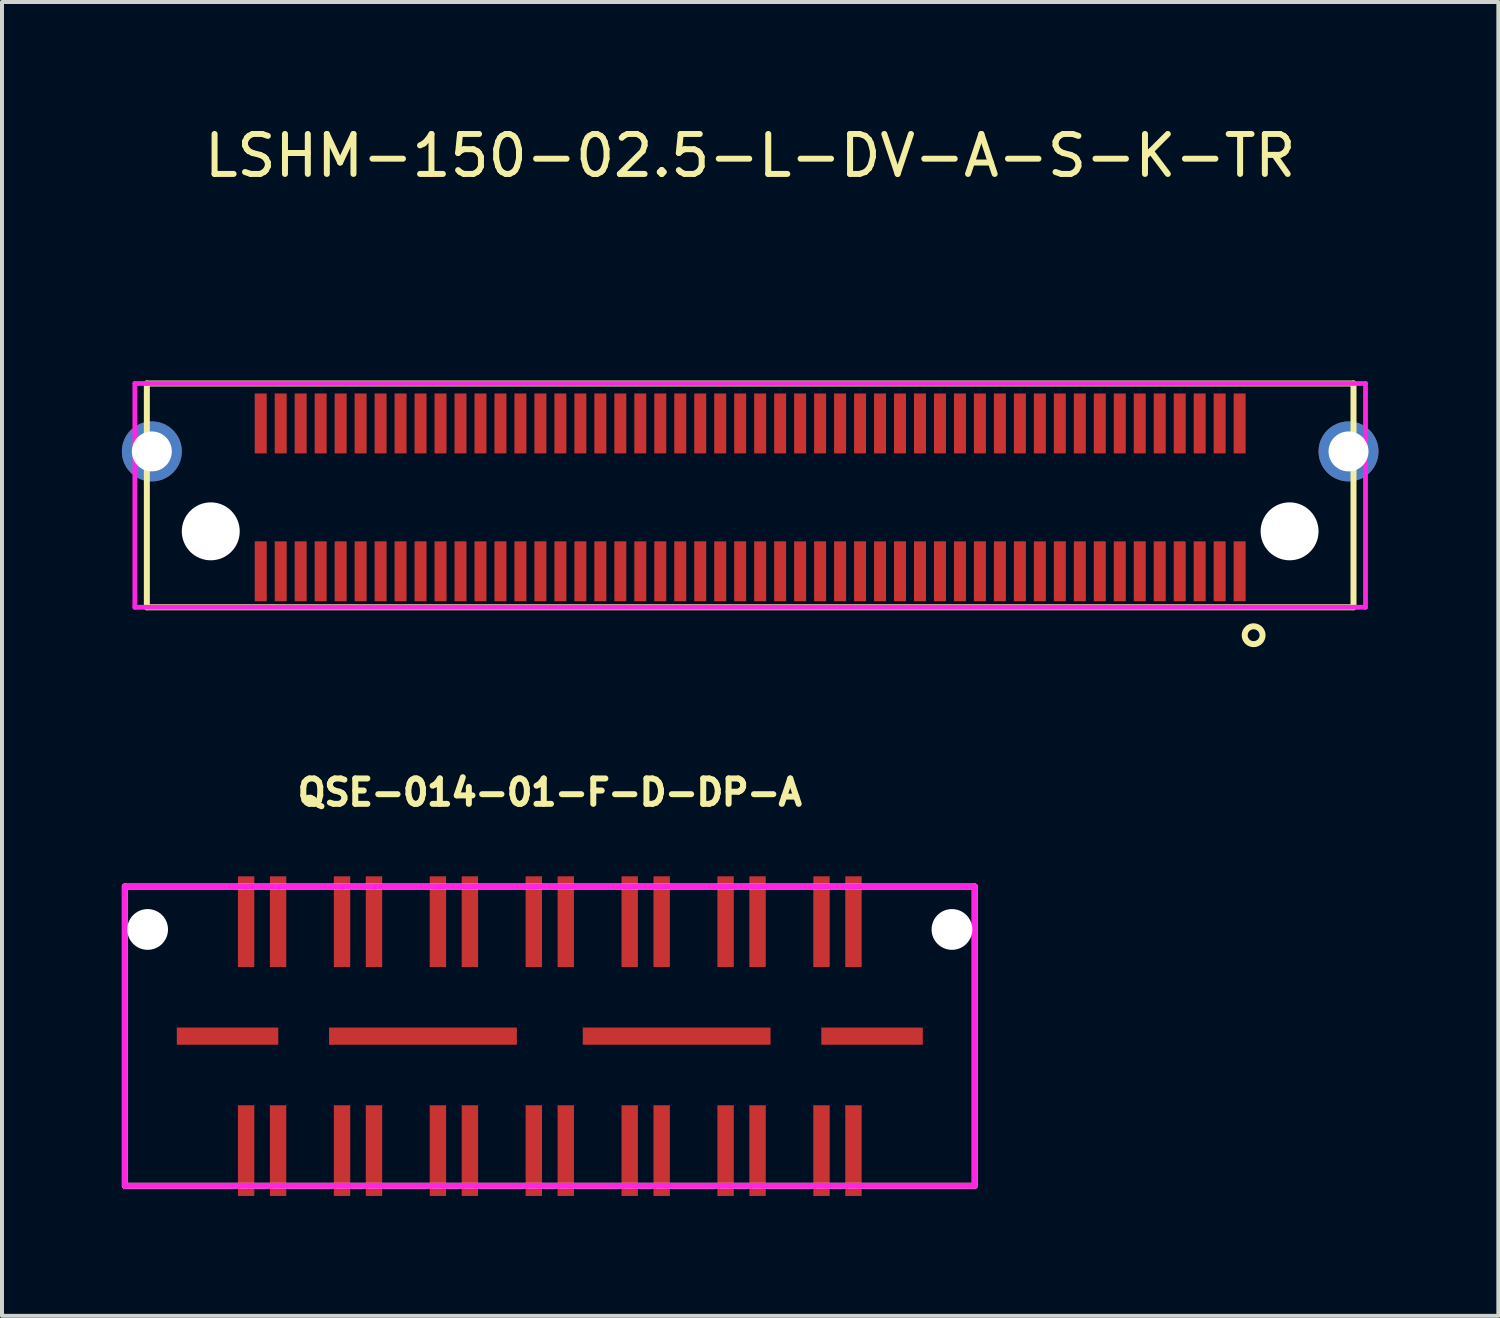
<source format=kicad_pcb>
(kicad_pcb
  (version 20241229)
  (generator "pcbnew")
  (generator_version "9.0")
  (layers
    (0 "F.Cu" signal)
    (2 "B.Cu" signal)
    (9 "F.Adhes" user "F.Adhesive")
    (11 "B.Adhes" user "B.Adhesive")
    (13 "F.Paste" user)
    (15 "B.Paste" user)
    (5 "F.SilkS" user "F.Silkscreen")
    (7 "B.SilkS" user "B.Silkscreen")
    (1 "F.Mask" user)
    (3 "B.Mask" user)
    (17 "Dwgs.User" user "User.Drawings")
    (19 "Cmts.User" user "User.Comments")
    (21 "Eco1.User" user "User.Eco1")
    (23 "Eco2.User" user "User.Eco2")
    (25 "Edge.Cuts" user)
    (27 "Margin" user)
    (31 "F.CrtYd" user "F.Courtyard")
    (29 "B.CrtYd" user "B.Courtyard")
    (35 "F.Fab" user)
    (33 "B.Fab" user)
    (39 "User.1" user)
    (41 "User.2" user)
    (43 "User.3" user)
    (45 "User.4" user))
  (footprint "LSHM-150-02.5-L-DV-A-S-K-TR"
    (layer "F.Cu")
    (at 15.725 10.248)
    (property "Reference" "LSHM-150-02.5-L-DV-A-S-K-TR" (at 0 -9.4 0) (layer "F.SilkS") (effects (font (size 1 1) (thickness 0.15))))
    (attr smd)
    (fp_line (start -15.1 -3.7) (end 15.1 -3.7) (stroke (width 0.15) (type solid)) (layer "F.SilkS"))
    (fp_line (start -15.1 1.9) (end -15.1 -3.7) (stroke (width 0.15) (type solid)) (layer "F.SilkS"))
    (fp_line (start 15.1 -3.7) (end 15.1 1.9) (stroke (width 0.15) (type solid)) (layer "F.SilkS"))
    (fp_line (start 15.1 1.9) (end -15.1 1.9) (stroke (width 0.15) (type solid)) (layer "F.SilkS"))
    (fp_circle (center 12.6 2.6) (end 12.8 2.7) (stroke (width 0.15) (type solid)) (fill no) (layer "F.SilkS"))
    (fp_line (start -15.4 -3.7) (end -15.1 -3.7) (stroke (width 0.12) (type solid)) (layer "F.CrtYd"))
    (fp_line (start -15.4 1.9) (end -15.4 -3.7) (stroke (width 0.12) (type solid)) (layer "F.CrtYd"))
    (fp_line (start -15.1 -3.7) (end 15.4 -3.7) (stroke (width 0.12) (type solid)) (layer "F.CrtYd"))
    (fp_line (start 15.4 -3.7) (end 15.4 1.9) (stroke (width 0.12) (type solid)) (layer "F.CrtYd"))
    (fp_line (start 15.4 1.9) (end -15.4 1.9) (stroke (width 0.12) (type solid)) (layer "F.CrtYd"))
    (pad "" np_thru_hole circle (at -13.5 0) (size 1.45 1.45) (drill 1.45) (layers "*.Cu" "*.Mask"))
    (pad "" np_thru_hole circle (at 13.5 0) (size 1.45 1.45) (drill 1.45) (layers "*.Cu" "*.Mask"))
    (pad "1" smd rect (at 12.25 1) (size 0.3 1.5) (layers "F.Cu" "F.Mask" "F.Paste"))
    (pad "2" smd rect (at 12.25 -2.7) (size 0.3 1.5) (layers "F.Cu" "F.Mask" "F.Paste"))
    (pad "3" smd rect (at 11.75 1) (size 0.3 1.5) (layers "F.Cu" "F.Mask" "F.Paste"))
    (pad "4" smd rect (at 11.75 -2.7) (size 0.3 1.5) (layers "F.Cu" "F.Mask" "F.Paste"))
    (pad "5" smd rect (at 11.25 1) (size 0.3 1.5) (layers "F.Cu" "F.Mask" "F.Paste"))
    (pad "6" smd rect (at 11.25 -2.7) (size 0.3 1.5) (layers "F.Cu" "F.Mask" "F.Paste"))
    (pad "7" smd rect (at 10.75 1) (size 0.3 1.5) (layers "F.Cu" "F.Mask" "F.Paste"))
    (pad "8" smd rect (at 10.75 -2.7) (size 0.3 1.5) (layers "F.Cu" "F.Mask" "F.Paste"))
    (pad "9" smd rect (at 10.25 1) (size 0.3 1.5) (layers "F.Cu" "F.Mask" "F.Paste"))
    (pad "10" smd rect (at 10.25 -2.7) (size 0.3 1.5) (layers "F.Cu" "F.Mask" "F.Paste"))
    (pad "11" smd rect (at 9.75 1) (size 0.3 1.5) (layers "F.Cu" "F.Mask" "F.Paste"))
    (pad "12" smd rect (at 9.75 -2.7) (size 0.3 1.5) (layers "F.Cu" "F.Mask" "F.Paste"))
    (pad "13" smd rect (at 9.25 1) (size 0.3 1.5) (layers "F.Cu" "F.Mask" "F.Paste"))
    (pad "14" smd rect (at 9.25 -2.7) (size 0.3 1.5) (layers "F.Cu" "F.Mask" "F.Paste"))
    (pad "15" smd rect (at 8.75 1) (size 0.3 1.5) (layers "F.Cu" "F.Mask" "F.Paste"))
    (pad "16" smd rect (at 8.75 -2.7) (size 0.3 1.5) (layers "F.Cu" "F.Mask" "F.Paste"))
    (pad "17" smd rect (at 8.25 1) (size 0.3 1.5) (layers "F.Cu" "F.Mask" "F.Paste"))
    (pad "18" smd rect (at 8.25 -2.7) (size 0.3 1.5) (layers "F.Cu" "F.Mask" "F.Paste"))
    (pad "19" smd rect (at 7.75 1) (size 0.3 1.5) (layers "F.Cu" "F.Mask" "F.Paste"))
    (pad "20" smd rect (at 7.75 -2.7) (size 0.3 1.5) (layers "F.Cu" "F.Mask" "F.Paste"))
    (pad "21" smd rect (at 7.25 1) (size 0.3 1.5) (layers "F.Cu" "F.Mask" "F.Paste"))
    (pad "22" smd rect (at 7.25 -2.7) (size 0.3 1.5) (layers "F.Cu" "F.Mask" "F.Paste"))
    (pad "23" smd rect (at 6.75 1) (size 0.3 1.5) (layers "F.Cu" "F.Mask" "F.Paste"))
    (pad "24" smd rect (at 6.75 -2.7) (size 0.3 1.5) (layers "F.Cu" "F.Mask" "F.Paste"))
    (pad "25" smd rect (at 6.25 1) (size 0.3 1.5) (layers "F.Cu" "F.Mask" "F.Paste"))
    (pad "26" smd rect (at 6.25 -2.7) (size 0.3 1.5) (layers "F.Cu" "F.Mask" "F.Paste"))
    (pad "27" smd rect (at 5.75 1) (size 0.3 1.5) (layers "F.Cu" "F.Mask" "F.Paste"))
    (pad "28" smd rect (at 5.75 -2.7) (size 0.3 1.5) (layers "F.Cu" "F.Mask" "F.Paste"))
    (pad "29" smd rect (at 5.25 1) (size 0.3 1.5) (layers "F.Cu" "F.Mask" "F.Paste"))
    (pad "30" smd rect (at 5.25 -2.7) (size 0.3 1.5) (layers "F.Cu" "F.Mask" "F.Paste"))
    (pad "31" smd rect (at 4.75 1) (size 0.3 1.5) (layers "F.Cu" "F.Mask" "F.Paste"))
    (pad "32" smd rect (at 4.75 -2.7) (size 0.3 1.5) (layers "F.Cu" "F.Mask" "F.Paste"))
    (pad "33" smd rect (at 4.25 1) (size 0.3 1.5) (layers "F.Cu" "F.Mask" "F.Paste"))
    (pad "34" smd rect (at 4.25 -2.7) (size 0.3 1.5) (layers "F.Cu" "F.Mask" "F.Paste"))
    (pad "35" smd rect (at 3.75 1) (size 0.3 1.5) (layers "F.Cu" "F.Mask" "F.Paste"))
    (pad "36" smd rect (at 3.75 -2.7) (size 0.3 1.5) (layers "F.Cu" "F.Mask" "F.Paste"))
    (pad "37" smd rect (at 3.25 1) (size 0.3 1.5) (layers "F.Cu" "F.Mask" "F.Paste"))
    (pad "38" smd rect (at 3.25 -2.7) (size 0.3 1.5) (layers "F.Cu" "F.Mask" "F.Paste"))
    (pad "39" smd rect (at 2.75 1) (size 0.3 1.5) (layers "F.Cu" "F.Mask" "F.Paste"))
    (pad "40" smd rect (at 2.75 -2.7) (size 0.3 1.5) (layers "F.Cu" "F.Mask" "F.Paste"))
    (pad "41" smd rect (at 2.25 1) (size 0.3 1.5) (layers "F.Cu" "F.Mask" "F.Paste"))
    (pad "42" smd rect (at 2.25 -2.7) (size 0.3 1.5) (layers "F.Cu" "F.Mask" "F.Paste"))
    (pad "43" smd rect (at 1.75 1) (size 0.3 1.5) (layers "F.Cu" "F.Mask" "F.Paste"))
    (pad "44" smd rect (at 1.75 -2.7) (size 0.3 1.5) (layers "F.Cu" "F.Mask" "F.Paste"))
    (pad "45" smd rect (at 1.25 1) (size 0.3 1.5) (layers "F.Cu" "F.Mask" "F.Paste"))
    (pad "46" smd rect (at 1.25 -2.7) (size 0.3 1.5) (layers "F.Cu" "F.Mask" "F.Paste"))
    (pad "47" smd rect (at 0.75 1) (size 0.3 1.5) (layers "F.Cu" "F.Mask" "F.Paste"))
    (pad "48" smd rect (at 0.75 -2.7) (size 0.3 1.5) (layers "F.Cu" "F.Mask" "F.Paste"))
    (pad "49" smd rect (at 0.25 1) (size 0.3 1.5) (layers "F.Cu" "F.Mask" "F.Paste"))
    (pad "50" smd rect (at 0.25 -2.7) (size 0.3 1.5) (layers "F.Cu" "F.Mask" "F.Paste"))
    (pad "51" smd rect (at -0.25 1) (size 0.3 1.5) (layers "F.Cu" "F.Mask" "F.Paste"))
    (pad "52" smd rect (at -0.25 -2.7) (size 0.3 1.5) (layers "F.Cu" "F.Mask" "F.Paste"))
    (pad "53" smd rect (at -0.75 1) (size 0.3 1.5) (layers "F.Cu" "F.Mask" "F.Paste"))
    (pad "54" smd rect (at -0.75 -2.7) (size 0.3 1.5) (layers "F.Cu" "F.Mask" "F.Paste"))
    (pad "55" smd rect (at -1.25 1) (size 0.3 1.5) (layers "F.Cu" "F.Mask" "F.Paste"))
    (pad "56" smd rect (at -1.25 -2.7) (size 0.3 1.5) (layers "F.Cu" "F.Mask" "F.Paste"))
    (pad "57" smd rect (at -1.75 1) (size 0.3 1.5) (layers "F.Cu" "F.Mask" "F.Paste"))
    (pad "58" smd rect (at -1.75 -2.7) (size 0.3 1.5) (layers "F.Cu" "F.Mask" "F.Paste"))
    (pad "59" smd rect (at -2.25 1) (size 0.3 1.5) (layers "F.Cu" "F.Mask" "F.Paste"))
    (pad "60" smd rect (at -2.25 -2.7) (size 0.3 1.5) (layers "F.Cu" "F.Mask" "F.Paste"))
    (pad "61" smd rect (at -2.75 1) (size 0.3 1.5) (layers "F.Cu" "F.Mask" "F.Paste"))
    (pad "62" smd rect (at -2.75 -2.7) (size 0.3 1.5) (layers "F.Cu" "F.Mask" "F.Paste"))
    (pad "63" smd rect (at -3.25 1) (size 0.3 1.5) (layers "F.Cu" "F.Mask" "F.Paste"))
    (pad "64" smd rect (at -3.25 -2.7) (size 0.3 1.5) (layers "F.Cu" "F.Mask" "F.Paste"))
    (pad "65" smd rect (at -3.75 1) (size 0.3 1.5) (layers "F.Cu" "F.Mask" "F.Paste"))
    (pad "66" smd rect (at -3.75 -2.7) (size 0.3 1.5) (layers "F.Cu" "F.Mask" "F.Paste"))
    (pad "67" smd rect (at -4.25 1) (size 0.3 1.5) (layers "F.Cu" "F.Mask" "F.Paste"))
    (pad "68" smd rect (at -4.25 -2.7) (size 0.3 1.5) (layers "F.Cu" "F.Mask" "F.Paste"))
    (pad "69" smd rect (at -4.75 1) (size 0.3 1.5) (layers "F.Cu" "F.Mask" "F.Paste"))
    (pad "70" smd rect (at -4.75 -2.7) (size 0.3 1.5) (layers "F.Cu" "F.Mask" "F.Paste"))
    (pad "71" smd rect (at -5.25 1) (size 0.3 1.5) (layers "F.Cu" "F.Mask" "F.Paste"))
    (pad "72" smd rect (at -5.25 -2.7) (size 0.3 1.5) (layers "F.Cu" "F.Mask" "F.Paste"))
    (pad "73" smd rect (at -5.75 1) (size 0.3 1.5) (layers "F.Cu" "F.Mask" "F.Paste"))
    (pad "74" smd rect (at -5.75 -2.7) (size 0.3 1.5) (layers "F.Cu" "F.Mask" "F.Paste"))
    (pad "75" smd rect (at -6.25 1) (size 0.3 1.5) (layers "F.Cu" "F.Mask" "F.Paste"))
    (pad "76" smd rect (at -6.25 -2.7) (size 0.3 1.5) (layers "F.Cu" "F.Mask" "F.Paste"))
    (pad "77" smd rect (at -6.75 1) (size 0.3 1.5) (layers "F.Cu" "F.Mask" "F.Paste"))
    (pad "78" smd rect (at -6.75 -2.7) (size 0.3 1.5) (layers "F.Cu" "F.Mask" "F.Paste"))
    (pad "79" smd rect (at -7.25 1) (size 0.3 1.5) (layers "F.Cu" "F.Mask" "F.Paste"))
    (pad "80" smd rect (at -7.25 -2.7) (size 0.3 1.5) (layers "F.Cu" "F.Mask" "F.Paste"))
    (pad "81" smd rect (at -7.75 1) (size 0.3 1.5) (layers "F.Cu" "F.Mask" "F.Paste"))
    (pad "82" smd rect (at -7.75 -2.7) (size 0.3 1.5) (layers "F.Cu" "F.Mask" "F.Paste"))
    (pad "83" smd rect (at -8.25 1) (size 0.3 1.5) (layers "F.Cu" "F.Mask" "F.Paste"))
    (pad "84" smd rect (at -8.25 -2.7) (size 0.3 1.5) (layers "F.Cu" "F.Mask" "F.Paste"))
    (pad "85" smd rect (at -8.75 1) (size 0.3 1.5) (layers "F.Cu" "F.Mask" "F.Paste"))
    (pad "86" smd rect (at -8.75 -2.7) (size 0.3 1.5) (layers "F.Cu" "F.Mask" "F.Paste"))
    (pad "87" smd rect (at -9.25 1) (size 0.3 1.5) (layers "F.Cu" "F.Mask" "F.Paste"))
    (pad "88" smd rect (at -9.25 -2.7) (size 0.3 1.5) (layers "F.Cu" "F.Mask" "F.Paste"))
    (pad "89" smd rect (at -9.75 1) (size 0.3 1.5) (layers "F.Cu" "F.Mask" "F.Paste"))
    (pad "90" smd rect (at -9.75 -2.7) (size 0.3 1.5) (layers "F.Cu" "F.Mask" "F.Paste"))
    (pad "91" smd rect (at -10.25 1) (size 0.3 1.5) (layers "F.Cu" "F.Mask" "F.Paste"))
    (pad "92" smd rect (at -10.25 -2.7) (size 0.3 1.5) (layers "F.Cu" "F.Mask" "F.Paste"))
    (pad "93" smd rect (at -10.75 1) (size 0.3 1.5) (layers "F.Cu" "F.Mask" "F.Paste"))
    (pad "94" smd rect (at -10.75 -2.7) (size 0.3 1.5) (layers "F.Cu" "F.Mask" "F.Paste"))
    (pad "95" smd rect (at -11.25 1) (size 0.3 1.5) (layers "F.Cu" "F.Mask" "F.Paste"))
    (pad "96" smd rect (at -11.25 -2.7) (size 0.3 1.5) (layers "F.Cu" "F.Mask" "F.Paste"))
    (pad "97" smd rect (at -11.75 1) (size 0.3 1.5) (layers "F.Cu" "F.Mask" "F.Paste"))
    (pad "98" smd rect (at -11.75 -2.7) (size 0.3 1.5) (layers "F.Cu" "F.Mask" "F.Paste"))
    (pad "99" smd rect (at -12.25 1) (size 0.3 1.5) (layers "F.Cu" "F.Mask" "F.Paste"))
    (pad "100" smd rect (at -12.25 -2.7) (size 0.3 1.5) (layers "F.Cu" "F.Mask" "F.Paste"))
    (pad "F1" thru_hole circle (at -14.975 -2) (size 1.5 1.5) (drill 1) (layers "*.Cu" "*.Mask"))
    (pad "F2" thru_hole circle (at 14.975 -2) (size 1.5 1.5) (drill 1) (layers "*.Cu" "*.Mask")))
  (footprint "QSE-014-01-F-D-DP-A"
    (layer "F.Cu")
    (at 10.71 22.882)
    (property "Reference" "QSE-014-01-F-D-DP-A" (at 0 -6.1 0) (layer "F.SilkS") (effects (font (size 0.635 0.635) (thickness 0.15))))
    (attr through_hole)
    (fp_line (start -10.635 -3.745) (end 10.635 -3.745) (stroke (width 0.15) (type solid)) (layer "F.SilkS"))
    (fp_line (start -10.635 3.745) (end -10.635 -3.745) (stroke (width 0.15) (type solid)) (layer "F.SilkS"))
    (fp_line (start 10.635 -3.745) (end 10.635 3.745) (stroke (width 0.15) (type solid)) (layer "F.SilkS"))
    (fp_line (start 10.635 3.745) (end -10.635 3.745) (stroke (width 0.15) (type solid)) (layer "F.SilkS"))
    (fp_line (start -10.635 -3.745) (end 10.635 -3.745) (stroke (width 0.15) (type solid)) (layer "F.CrtYd"))
    (fp_line (start -10.635 3.745) (end -10.635 -3.745) (stroke (width 0.15) (type solid)) (layer "F.CrtYd"))
    (fp_line (start 10.635 -3.745) (end 10.635 3.745) (stroke (width 0.15) (type solid)) (layer "F.CrtYd"))
    (fp_line (start 10.635 3.745) (end -10.635 3.745) (stroke (width 0.15) (type solid)) (layer "F.CrtYd"))
    (pad "" np_thru_hole circle (at -10.065 -2.67) (size 1.02 1.02) (drill 1.02) (layers "*.Cu" "*.Mask"))
    (pad "" np_thru_hole circle (at 10.065 -2.67) (size 1.02 1.02) (drill 1.02) (layers "*.Cu" "*.Mask"))
    (pad "1" smd rect (at -7.6 2.865) (size 0.41 2.27) (layers "F.Cu" "F.Mask" "F.Paste"))
    (pad "2" smd rect (at -7.6 -2.865) (size 0.41 2.27) (layers "F.Cu" "F.Mask" "F.Paste"))
    (pad "3" smd rect (at -6.8 2.865) (size 0.41 2.27) (layers "F.Cu" "F.Mask" "F.Paste"))
    (pad "4" smd rect (at -6.8 -2.865) (size 0.41 2.27) (layers "F.Cu" "F.Mask" "F.Paste"))
    (pad "5" smd rect (at -5.2 2.865) (size 0.41 2.27) (layers "F.Cu" "F.Mask" "F.Paste"))
    (pad "6" smd rect (at -5.2 -2.865) (size 0.41 2.27) (layers "F.Cu" "F.Mask" "F.Paste"))
    (pad "7" smd rect (at -4.4 2.865) (size 0.41 2.27) (layers "F.Cu" "F.Mask" "F.Paste"))
    (pad "8" smd rect (at -4.4 -2.865) (size 0.41 2.27) (layers "F.Cu" "F.Mask" "F.Paste"))
    (pad "9" smd rect (at -2.8 2.865) (size 0.41 2.27) (layers "F.Cu" "F.Mask" "F.Paste"))
    (pad "10" smd rect (at -2.8 -2.865) (size 0.41 2.27) (layers "F.Cu" "F.Mask" "F.Paste"))
    (pad "11" smd rect (at -2 2.865) (size 0.41 2.27) (layers "F.Cu" "F.Mask" "F.Paste"))
    (pad "12" smd rect (at -2 -2.865) (size 0.41 2.27) (layers "F.Cu" "F.Mask" "F.Paste"))
    (pad "13" smd rect (at -0.4 2.865) (size 0.41 2.27) (layers "F.Cu" "F.Mask" "F.Paste"))
    (pad "14" smd rect (at -0.4 -2.865) (size 0.41 2.27) (layers "F.Cu" "F.Mask" "F.Paste"))
    (pad "15" smd rect (at 0.4 2.865) (size 0.41 2.27) (layers "F.Cu" "F.Mask" "F.Paste"))
    (pad "16" smd rect (at 0.4 -2.865) (size 0.41 2.27) (layers "F.Cu" "F.Mask" "F.Paste"))
    (pad "17" smd rect (at 2 2.865) (size 0.41 2.27) (layers "F.Cu" "F.Mask" "F.Paste"))
    (pad "18" smd rect (at 2 -2.865) (size 0.41 2.27) (layers "F.Cu" "F.Mask" "F.Paste"))
    (pad "19" smd rect (at 2.8 2.865) (size 0.41 2.27) (layers "F.Cu" "F.Mask" "F.Paste"))
    (pad "20" smd rect (at 2.8 -2.865) (size 0.41 2.27) (layers "F.Cu" "F.Mask" "F.Paste"))
    (pad "21" smd rect (at 4.4 2.865) (size 0.41 2.27) (layers "F.Cu" "F.Mask" "F.Paste"))
    (pad "22" smd rect (at 4.4 -2.865) (size 0.41 2.27) (layers "F.Cu" "F.Mask" "F.Paste"))
    (pad "23" smd rect (at 5.2 2.865) (size 0.41 2.27) (layers "F.Cu" "F.Mask" "F.Paste"))
    (pad "24" smd rect (at 5.2 -2.865) (size 0.41 2.27) (layers "F.Cu" "F.Mask" "F.Paste"))
    (pad "25" smd rect (at 6.8 2.865) (size 0.41 2.27) (layers "F.Cu" "F.Mask" "F.Paste"))
    (pad "26" smd rect (at 6.8 -2.865) (size 0.41 2.27) (layers "F.Cu" "F.Mask" "F.Paste"))
    (pad "27" smd rect (at 7.6 2.865) (size 0.41 2.27) (layers "F.Cu" "F.Mask" "F.Paste"))
    (pad "28" smd rect (at 7.6 -2.865) (size 0.41 2.27) (layers "F.Cu" "F.Mask" "F.Paste"))
    (pad "29" smd rect (at -8.065 0) (size 2.54 0.43) (layers "F.Cu" "F.Mask" "F.Paste"))
    (pad "29" smd rect (at -3.175 0) (size 4.7 0.43) (layers "F.Cu" "F.Mask" "F.Paste"))
    (pad "29" smd rect (at 3.175 0) (size 4.7 0.43) (layers "F.Cu" "F.Mask" "F.Paste"))
    (pad "29" smd rect (at 8.065 0) (size 2.54 0.43) (layers "F.Cu" "F.Mask" "F.Paste")))
  (gr_rect
    (start -3 -3)
    (end 34.45 29.882)
    (stroke (width 0.1) (type default))
    (fill no)
    (layer "Edge.Cuts")))
</source>
